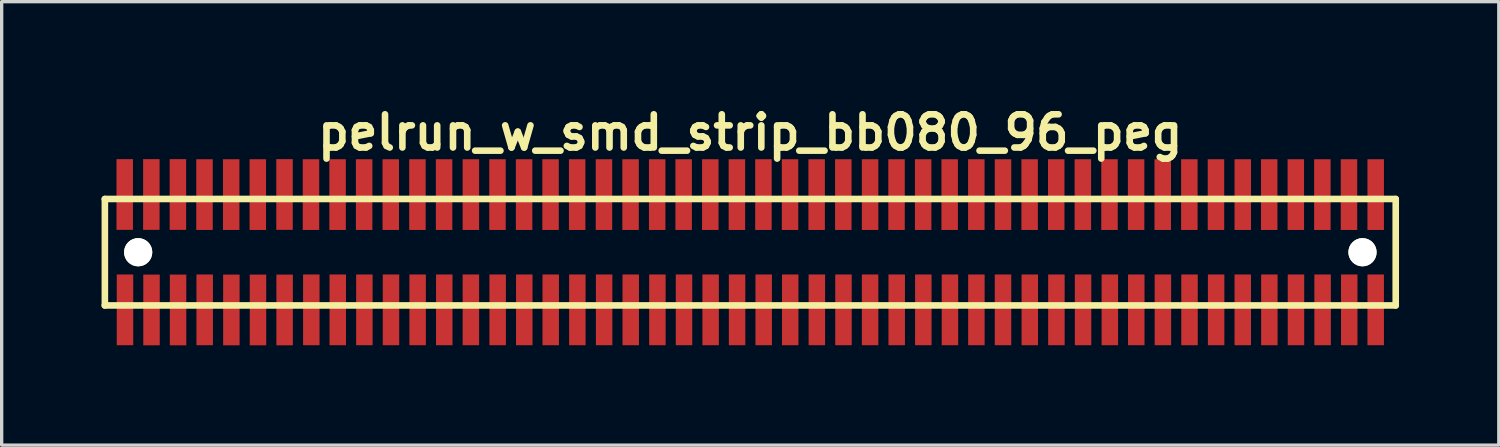
<source format=kicad_pcb>
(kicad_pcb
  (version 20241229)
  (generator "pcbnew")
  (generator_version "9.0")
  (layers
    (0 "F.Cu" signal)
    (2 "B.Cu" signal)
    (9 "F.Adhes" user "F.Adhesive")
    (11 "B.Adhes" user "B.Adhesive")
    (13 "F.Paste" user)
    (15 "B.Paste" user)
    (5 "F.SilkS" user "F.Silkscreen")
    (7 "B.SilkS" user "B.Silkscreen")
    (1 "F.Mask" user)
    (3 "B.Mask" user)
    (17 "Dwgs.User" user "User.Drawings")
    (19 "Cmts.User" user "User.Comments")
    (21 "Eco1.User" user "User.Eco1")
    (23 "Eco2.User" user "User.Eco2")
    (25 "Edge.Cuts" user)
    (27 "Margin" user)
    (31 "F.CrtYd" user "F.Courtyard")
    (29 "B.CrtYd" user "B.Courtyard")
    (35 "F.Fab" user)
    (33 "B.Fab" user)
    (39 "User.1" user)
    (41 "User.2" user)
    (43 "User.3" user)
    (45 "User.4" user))
  (footprint "pelrun_w_smd_strip_bb080_96_peg"
    (layer "F.Cu")
    (at 19.5 4.531)
    (property "Reference" "pelrun_w_smd_strip_bb080_96_peg" (at 0 -3.599 0) (layer "F.SilkS") (effects (font (size 0.998 0.998) (thickness 0.198))))
    (attr through_hole)
    (fp_line (start -19.401 -1.6) (end 19.401 -1.6) (stroke (width 0.198) (type solid)) (layer "F.SilkS"))
    (fp_line (start -19.398 -1.6) (end -19.398 1.6) (stroke (width 0.198) (type solid)) (layer "F.SilkS"))
    (fp_line (start 19.401 1.6) (end -19.401 1.6) (stroke (width 0.198) (type solid)) (layer "F.SilkS"))
    (fp_line (start 19.401 1.6) (end 19.401 -1.6) (stroke (width 0.198) (type solid)) (layer "F.SilkS"))
    (pad "" np_thru_hole circle (at -18.397 0) (size 0.848 0.848) (drill 0.848) (layers "*.Cu" "*.Mask" "F.SilkS"))
    (pad "" np_thru_hole circle (at 18.402 0) (size 0.848 0.848) (drill 0.848) (layers "*.Cu" "*.Mask" "F.SilkS"))
    (pad "1" smd rect (at -18.793 1.732) (size 0.495 2.126) (layers "F.Cu" "F.Mask" "F.Paste"))
    (pad "2" smd rect (at -18.801 -1.735) (size 0.495 2.126) (layers "F.Cu" "F.Mask" "F.Paste"))
    (pad "3" smd rect (at -17.996 1.735) (size 0.495 2.126) (layers "F.Cu" "F.Mask" "F.Paste"))
    (pad "4" smd rect (at -18.001 -1.735) (size 0.495 2.126) (layers "F.Cu" "F.Mask" "F.Paste"))
    (pad "5" smd rect (at -17.198 1.735) (size 0.495 2.126) (layers "F.Cu" "F.Mask" "F.Paste"))
    (pad "6" smd rect (at -17.203 -1.735) (size 0.495 2.126) (layers "F.Cu" "F.Mask" "F.Paste"))
    (pad "7" smd rect (at -16.398 1.732) (size 0.495 2.126) (layers "F.Cu" "F.Mask" "F.Paste"))
    (pad "8" smd rect (at -16.403 -1.732) (size 0.495 2.126) (layers "F.Cu" "F.Mask" "F.Paste"))
    (pad "9" smd rect (at -15.596 1.735) (size 0.495 2.126) (layers "F.Cu" "F.Mask" "F.Paste"))
    (pad "10" smd rect (at -15.601 -1.732) (size 0.495 2.126) (layers "F.Cu" "F.Mask" "F.Paste"))
    (pad "11" smd rect (at -14.796 1.735) (size 0.495 2.126) (layers "F.Cu" "F.Mask" "F.Paste"))
    (pad "12" smd rect (at -14.801 -1.732) (size 0.495 2.126) (layers "F.Cu" "F.Mask" "F.Paste"))
    (pad "13" smd rect (at -13.995 1.735) (size 0.495 2.126) (layers "F.Cu" "F.Mask" "F.Paste"))
    (pad "14" smd rect (at -13.998 -1.735) (size 0.495 2.126) (layers "F.Cu" "F.Mask" "F.Paste"))
    (pad "15" smd rect (at -13.193 1.732) (size 0.495 2.126) (layers "F.Cu" "F.Mask" "F.Paste"))
    (pad "16" smd rect (at -13.203 -1.732) (size 0.495 2.126) (layers "F.Cu" "F.Mask" "F.Paste"))
    (pad "17" smd rect (at -12.398 1.732) (size 0.495 2.126) (layers "F.Cu" "F.Mask" "F.Paste"))
    (pad "18" smd rect (at -12.403 -1.732) (size 0.495 2.126) (layers "F.Cu" "F.Mask" "F.Paste"))
    (pad "19" smd rect (at -11.598 1.732) (size 0.495 2.126) (layers "F.Cu" "F.Mask" "F.Paste"))
    (pad "20" smd rect (at -11.605 -1.732) (size 0.495 2.126) (layers "F.Cu" "F.Mask" "F.Paste"))
    (pad "21" smd rect (at -10.798 1.732) (size 0.495 2.126) (layers "F.Cu" "F.Mask" "F.Paste"))
    (pad "22" smd rect (at -10.805 -1.732) (size 0.495 2.126) (layers "F.Cu" "F.Mask" "F.Paste"))
    (pad "23" smd rect (at -9.997 1.732) (size 0.495 2.126) (layers "F.Cu" "F.Mask" "F.Paste"))
    (pad "24" smd rect (at -10.003 -1.732) (size 0.495 2.126) (layers "F.Cu" "F.Mask" "F.Paste"))
    (pad "25" smd rect (at -9.197 1.732) (size 0.495 2.126) (layers "F.Cu" "F.Mask" "F.Paste"))
    (pad "26" smd rect (at -9.202 -1.732) (size 0.495 2.126) (layers "F.Cu" "F.Mask" "F.Paste"))
    (pad "27" smd rect (at -8.397 1.732) (size 0.495 2.126) (layers "F.Cu" "F.Mask" "F.Paste"))
    (pad "28" smd rect (at -8.397 -1.732) (size 0.495 2.126) (layers "F.Cu" "F.Mask" "F.Paste"))
    (pad "29" smd rect (at -7.592 1.732) (size 0.495 2.126) (layers "F.Cu" "F.Mask" "F.Paste"))
    (pad "30" smd rect (at -7.597 -1.732) (size 0.495 2.126) (layers "F.Cu" "F.Mask" "F.Paste"))
    (pad "31" smd rect (at -6.792 1.732) (size 0.495 2.126) (layers "F.Cu" "F.Mask" "F.Paste"))
    (pad "32" smd rect (at -6.797 -1.732) (size 0.495 2.126) (layers "F.Cu" "F.Mask" "F.Paste"))
    (pad "33" smd rect (at -5.997 1.732) (size 0.495 2.126) (layers "F.Cu" "F.Mask" "F.Paste"))
    (pad "34" smd rect (at -6.002 -1.732) (size 0.495 2.126) (layers "F.Cu" "F.Mask" "F.Paste"))
    (pad "35" smd rect (at -5.197 1.732) (size 0.495 2.126) (layers "F.Cu" "F.Mask" "F.Paste"))
    (pad "36" smd rect (at -5.202 -1.732) (size 0.495 2.126) (layers "F.Cu" "F.Mask" "F.Paste"))
    (pad "37" smd rect (at -4.392 1.732) (size 0.495 2.126) (layers "F.Cu" "F.Mask" "F.Paste"))
    (pad "38" smd rect (at -4.397 -1.732) (size 0.495 2.126) (layers "F.Cu" "F.Mask" "F.Paste"))
    (pad "39" smd rect (at -3.592 1.732) (size 0.495 2.126) (layers "F.Cu" "F.Mask" "F.Paste"))
    (pad "40" smd rect (at -3.597 -1.732) (size 0.495 2.126) (layers "F.Cu" "F.Mask" "F.Paste"))
    (pad "41" smd rect (at -2.791 1.732) (size 0.495 2.126) (layers "F.Cu" "F.Mask" "F.Paste"))
    (pad "42" smd rect (at -2.797 -1.732) (size 0.495 2.126) (layers "F.Cu" "F.Mask" "F.Paste"))
    (pad "43" smd rect (at -1.991 1.732) (size 0.495 2.126) (layers "F.Cu" "F.Mask" "F.Paste"))
    (pad "44" smd rect (at -2.002 -1.732) (size 0.495 2.126) (layers "F.Cu" "F.Mask" "F.Paste"))
    (pad "45" smd rect (at -1.191 1.732) (size 0.495 2.126) (layers "F.Cu" "F.Mask" "F.Paste"))
    (pad "46" smd rect (at -1.201 -1.732) (size 0.495 2.126) (layers "F.Cu" "F.Mask" "F.Paste"))
    (pad "47" smd rect (at -0.396 1.732) (size 0.495 2.126) (layers "F.Cu" "F.Mask" "F.Paste"))
    (pad "48" smd rect (at -0.401 -1.732) (size 0.495 2.126) (layers "F.Cu" "F.Mask" "F.Paste"))
    (pad "49" smd rect (at 0.404 1.732) (size 0.495 2.126) (layers "F.Cu" "F.Mask" "F.Paste"))
    (pad "50" smd rect (at 0.396 -1.732) (size 0.495 2.126) (layers "F.Cu" "F.Mask" "F.Paste"))
    (pad "51" smd rect (at 1.201 1.732) (size 0.495 2.126) (layers "F.Cu" "F.Mask" "F.Paste"))
    (pad "52" smd rect (at 1.196 -1.732) (size 0.495 2.126) (layers "F.Cu" "F.Mask" "F.Paste"))
    (pad "53" smd rect (at 2.002 1.732) (size 0.495 2.126) (layers "F.Cu" "F.Mask" "F.Paste"))
    (pad "54" smd rect (at 1.996 -1.732) (size 0.495 2.126) (layers "F.Cu" "F.Mask" "F.Paste"))
    (pad "55" smd rect (at 2.802 1.732) (size 0.495 2.126) (layers "F.Cu" "F.Mask" "F.Paste"))
    (pad "56" smd rect (at 2.797 -1.732) (size 0.495 2.126) (layers "F.Cu" "F.Mask" "F.Paste"))
    (pad "57" smd rect (at 3.602 1.732) (size 0.495 2.126) (layers "F.Cu" "F.Mask" "F.Paste"))
    (pad "58" smd rect (at 3.602 -1.732) (size 0.495 2.126) (layers "F.Cu" "F.Mask" "F.Paste"))
    (pad "59" smd rect (at 4.402 1.732) (size 0.495 2.126) (layers "F.Cu" "F.Mask" "F.Paste"))
    (pad "60" smd rect (at 4.397 -1.732) (size 0.495 2.126) (layers "F.Cu" "F.Mask" "F.Paste"))
    (pad "61" smd rect (at 5.202 1.732) (size 0.495 2.126) (layers "F.Cu" "F.Mask" "F.Paste"))
    (pad "62" smd rect (at 5.197 -1.732) (size 0.495 2.126) (layers "F.Cu" "F.Mask" "F.Paste"))
    (pad "63" smd rect (at 6.002 1.732) (size 0.495 2.126) (layers "F.Cu" "F.Mask" "F.Paste"))
    (pad "64" smd rect (at 5.994 -1.732) (size 0.495 2.126) (layers "F.Cu" "F.Mask" "F.Paste"))
    (pad "65" smd rect (at 6.797 1.732) (size 0.495 2.126) (layers "F.Cu" "F.Mask" "F.Paste"))
    (pad "66" smd rect (at 6.795 -1.732) (size 0.495 2.126) (layers "F.Cu" "F.Mask" "F.Paste"))
    (pad "67" smd rect (at 7.597 1.732) (size 0.495 2.126) (layers "F.Cu" "F.Mask" "F.Paste"))
    (pad "68" smd rect (at 7.597 -1.732) (size 0.495 2.126) (layers "F.Cu" "F.Mask" "F.Paste"))
    (pad "69" smd rect (at 8.402 1.732) (size 0.495 2.126) (layers "F.Cu" "F.Mask" "F.Paste"))
    (pad "70" smd rect (at 8.397 -1.732) (size 0.495 2.126) (layers "F.Cu" "F.Mask" "F.Paste"))
    (pad "71" smd rect (at 9.202 1.732) (size 0.495 2.126) (layers "F.Cu" "F.Mask" "F.Paste"))
    (pad "72" smd rect (at 9.197 -1.732) (size 0.495 2.126) (layers "F.Cu" "F.Mask" "F.Paste"))
    (pad "73" smd rect (at 10.003 1.732) (size 0.495 2.126) (layers "F.Cu" "F.Mask" "F.Paste"))
    (pad "74" smd rect (at 9.997 -1.732) (size 0.495 2.126) (layers "F.Cu" "F.Mask" "F.Paste"))
    (pad "75" smd rect (at 10.808 1.732) (size 0.495 2.126) (layers "F.Cu" "F.Mask" "F.Paste"))
    (pad "76" smd rect (at 10.798 -1.732) (size 0.495 2.126) (layers "F.Cu" "F.Mask" "F.Paste"))
    (pad "77" smd rect (at 11.603 1.732) (size 0.495 2.126) (layers "F.Cu" "F.Mask" "F.Paste"))
    (pad "78" smd rect (at 11.598 -1.732) (size 0.495 2.126) (layers "F.Cu" "F.Mask" "F.Paste"))
    (pad "79" smd rect (at 12.403 1.732) (size 0.495 2.126) (layers "F.Cu" "F.Mask" "F.Paste"))
    (pad "80" smd rect (at 12.398 -1.732) (size 0.495 2.126) (layers "F.Cu" "F.Mask" "F.Paste"))
    (pad "81" smd rect (at 13.203 1.732) (size 0.495 2.126) (layers "F.Cu" "F.Mask" "F.Paste"))
    (pad "82" smd rect (at 13.198 -1.732) (size 0.495 2.126) (layers "F.Cu" "F.Mask" "F.Paste"))
    (pad "83" smd rect (at 14.003 1.732) (size 0.495 2.126) (layers "F.Cu" "F.Mask" "F.Paste"))
    (pad "84" smd rect (at 13.998 -1.732) (size 0.495 2.126) (layers "F.Cu" "F.Mask" "F.Paste"))
    (pad "85" smd rect (at 14.803 1.732) (size 0.495 2.126) (layers "F.Cu" "F.Mask" "F.Paste"))
    (pad "86" smd rect (at 14.803 -1.732) (size 0.495 2.126) (layers "F.Cu" "F.Mask" "F.Paste"))
    (pad "87" smd rect (at 15.603 1.732) (size 0.495 2.126) (layers "F.Cu" "F.Mask" "F.Paste"))
    (pad "88" smd rect (at 15.598 -1.732) (size 0.495 2.126) (layers "F.Cu" "F.Mask" "F.Paste"))
    (pad "89" smd rect (at 16.403 1.732) (size 0.495 2.126) (layers "F.Cu" "F.Mask" "F.Paste"))
    (pad "90" smd rect (at 16.398 -1.732) (size 0.495 2.126) (layers "F.Cu" "F.Mask" "F.Paste"))
    (pad "91" smd rect (at 17.203 1.732) (size 0.495 2.126) (layers "F.Cu" "F.Mask" "F.Paste"))
    (pad "92" smd rect (at 17.196 -1.732) (size 0.495 2.126) (layers "F.Cu" "F.Mask" "F.Paste"))
    (pad "93" smd rect (at 18.004 1.732) (size 0.495 2.126) (layers "F.Cu" "F.Mask" "F.Paste"))
    (pad "94" smd rect (at 17.996 -1.732) (size 0.495 2.126) (layers "F.Cu" "F.Mask" "F.Paste"))
    (pad "95" smd rect (at 18.799 1.732) (size 0.495 2.126) (layers "F.Cu" "F.Mask" "F.Paste"))
    (pad "96" smd rect (at 18.799 -1.732) (size 0.495 2.126) (layers "F.Cu" "F.Mask" "F.Paste")))
  (gr_rect
    (start -3 -3)
    (end 41.999 10.329)
    (stroke (width 0.1) (type default))
    (fill no)
    (layer "Edge.Cuts")))
</source>
